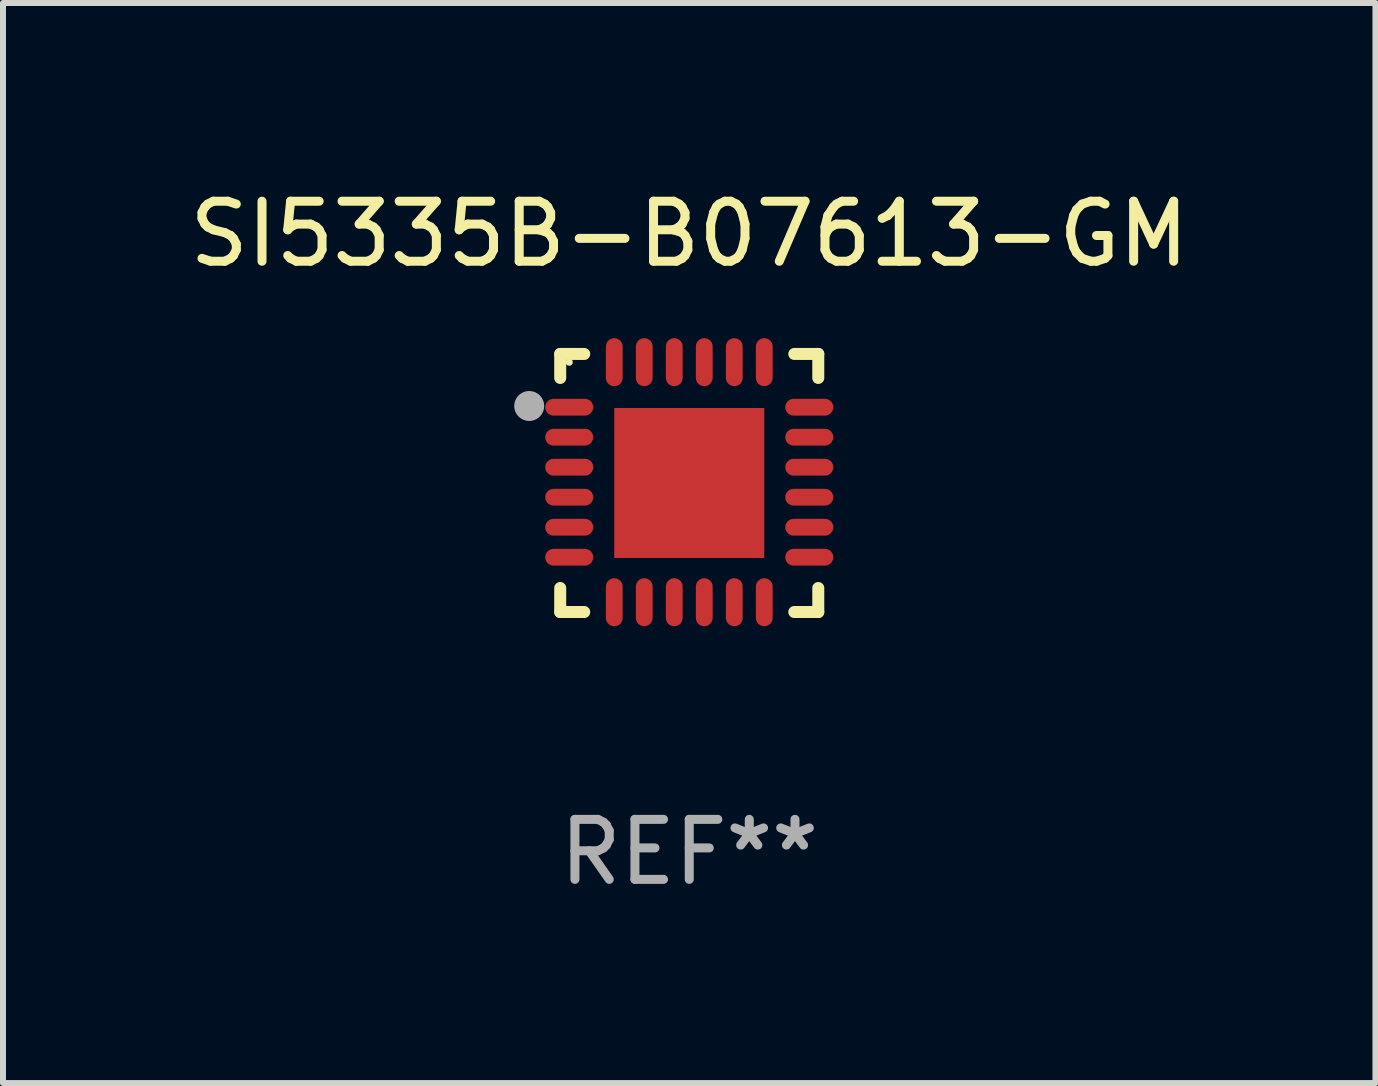
<source format=kicad_pcb>
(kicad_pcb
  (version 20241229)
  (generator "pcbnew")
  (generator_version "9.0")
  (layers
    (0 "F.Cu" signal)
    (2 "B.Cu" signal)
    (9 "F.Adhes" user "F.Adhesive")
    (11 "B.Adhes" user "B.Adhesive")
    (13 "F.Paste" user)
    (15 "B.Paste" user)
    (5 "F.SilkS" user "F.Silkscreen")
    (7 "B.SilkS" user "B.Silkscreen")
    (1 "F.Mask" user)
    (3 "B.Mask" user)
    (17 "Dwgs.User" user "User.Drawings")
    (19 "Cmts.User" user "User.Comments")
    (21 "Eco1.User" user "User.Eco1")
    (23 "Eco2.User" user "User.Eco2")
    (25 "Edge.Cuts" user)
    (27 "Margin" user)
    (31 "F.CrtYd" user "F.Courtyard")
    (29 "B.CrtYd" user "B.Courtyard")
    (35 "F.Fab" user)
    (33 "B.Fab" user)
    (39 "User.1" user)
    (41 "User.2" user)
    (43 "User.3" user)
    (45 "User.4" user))
  (footprint "SI5335B-B07613-GM"
    (layer "F.Cu")
    (at 8.435 4.998)
    (property "Reference" "SI5335B-B07613-GM" (at 0 -4.15 0) (layer "F.SilkS") (effects (font (size 1 1) (thickness 0.15))))
    (attr through_hole)
    (fp_line (start -2.15 -2.15) (end -1.75 -2.15) (stroke (width 0.2) (type solid)) (layer "F.SilkS"))
    (fp_line (start -2.15 -1.75) (end -2.15 -2.15) (stroke (width 0.2) (type solid)) (layer "F.SilkS"))
    (fp_line (start -2.15 2.15) (end -2.15 1.75) (stroke (width 0.2) (type solid)) (layer "F.SilkS"))
    (fp_line (start -1.75 2.15) (end -2.15 2.15) (stroke (width 0.2) (type solid)) (layer "F.SilkS"))
    (fp_line (start 1.75 -2.15) (end 2.15 -2.15) (stroke (width 0.2) (type solid)) (layer "F.SilkS"))
    (fp_line (start 1.75 2.15) (end 2.15 2.15) (stroke (width 0.2) (type solid)) (layer "F.SilkS"))
    (fp_line (start 2.15 -2.15) (end 2.15 -1.75) (stroke (width 0.2) (type solid)) (layer "F.SilkS"))
    (fp_line (start 2.15 2.15) (end 2.15 1.75) (stroke (width 0.2) (type solid)) (layer "F.SilkS"))
    (fp_circle (center -2 -2.013) (end -1.97 -2.013) (stroke (width 0.06) (type solid)) (fill no) (layer "F.SilkS"))
    (fp_circle (center -2.667 -1.283) (end -2.542 -1.283) (stroke (width 0.25) (type solid)) (fill no) (layer "F.Fab"))
    (fp_text user "REF**" (at 0 6.15 0) (layer "F.Fab") (effects (font (size 1 1) (thickness 0.15))))
    (pad "1" smd oval (at -2 -1.263) (size 0.8 0.28) (layers "F.Cu" "F.Mask" "F.Paste"))
    (pad "2" smd oval (at -2 -0.763) (size 0.8 0.28) (layers "F.Cu" "F.Mask" "F.Paste"))
    (pad "3" smd oval (at -2 -0.263) (size 0.8 0.28) (layers "F.Cu" "F.Mask" "F.Paste"))
    (pad "4" smd oval (at -2 0.237) (size 0.8 0.28) (layers "F.Cu" "F.Mask" "F.Paste"))
    (pad "5" smd oval (at -2 0.737) (size 0.8 0.28) (layers "F.Cu" "F.Mask" "F.Paste"))
    (pad "6" smd oval (at -2 1.237) (size 0.8 0.28) (layers "F.Cu" "F.Mask" "F.Paste"))
    (pad "7" smd oval (at -1.25 1.987) (size 0.28 0.8) (layers "F.Cu" "F.Mask" "F.Paste"))
    (pad "8" smd oval (at -0.75 1.987) (size 0.28 0.8) (layers "F.Cu" "F.Mask" "F.Paste"))
    (pad "9" smd oval (at -0.25 1.987) (size 0.28 0.8) (layers "F.Cu" "F.Mask" "F.Paste"))
    (pad "10" smd oval (at 0.25 1.987) (size 0.28 0.8) (layers "F.Cu" "F.Mask" "F.Paste"))
    (pad "11" smd oval (at 0.75 1.987) (size 0.28 0.8) (layers "F.Cu" "F.Mask" "F.Paste"))
    (pad "12" smd oval (at 1.25 1.987) (size 0.28 0.8) (layers "F.Cu" "F.Mask" "F.Paste"))
    (pad "13" smd oval (at 2 1.237) (size 0.8 0.28) (layers "F.Cu" "F.Mask" "F.Paste"))
    (pad "14" smd oval (at 2 0.737) (size 0.8 0.28) (layers "F.Cu" "F.Mask" "F.Paste"))
    (pad "15" smd oval (at 2 0.237) (size 0.8 0.28) (layers "F.Cu" "F.Mask" "F.Paste"))
    (pad "16" smd oval (at 2 -0.263) (size 0.8 0.28) (layers "F.Cu" "F.Mask" "F.Paste"))
    (pad "17" smd oval (at 2 -0.763) (size 0.8 0.28) (layers "F.Cu" "F.Mask" "F.Paste"))
    (pad "18" smd oval (at 2 -1.263) (size 0.8 0.28) (layers "F.Cu" "F.Mask" "F.Paste"))
    (pad "19" smd oval (at 1.25 -2.013) (size 0.28 0.8) (layers "F.Cu" "F.Mask" "F.Paste"))
    (pad "20" smd oval (at 0.75 -2.013) (size 0.28 0.8) (layers "F.Cu" "F.Mask" "F.Paste"))
    (pad "21" smd oval (at 0.25 -2.013) (size 0.28 0.8) (layers "F.Cu" "F.Mask" "F.Paste"))
    (pad "22" smd oval (at -0.25 -2.013) (size 0.28 0.8) (layers "F.Cu" "F.Mask" "F.Paste"))
    (pad "23" smd oval (at -0.75 -2.013) (size 0.28 0.8) (layers "F.Cu" "F.Mask" "F.Paste"))
    (pad "24" smd oval (at -1.25 -2.013) (size 0.28 0.8) (layers "F.Cu" "F.Mask" "F.Paste"))
    (pad "25" smd rect (at -0.000127 -0.00014) (size 2.5 2.5) (layers "F.Cu" "F.Mask" "F.Paste")))
  (gr_rect
    (start -3 -3)
    (end 19.869 14.997)
    (stroke (width 0.1) (type default))
    (fill no)
    (layer "Edge.Cuts")))
</source>
